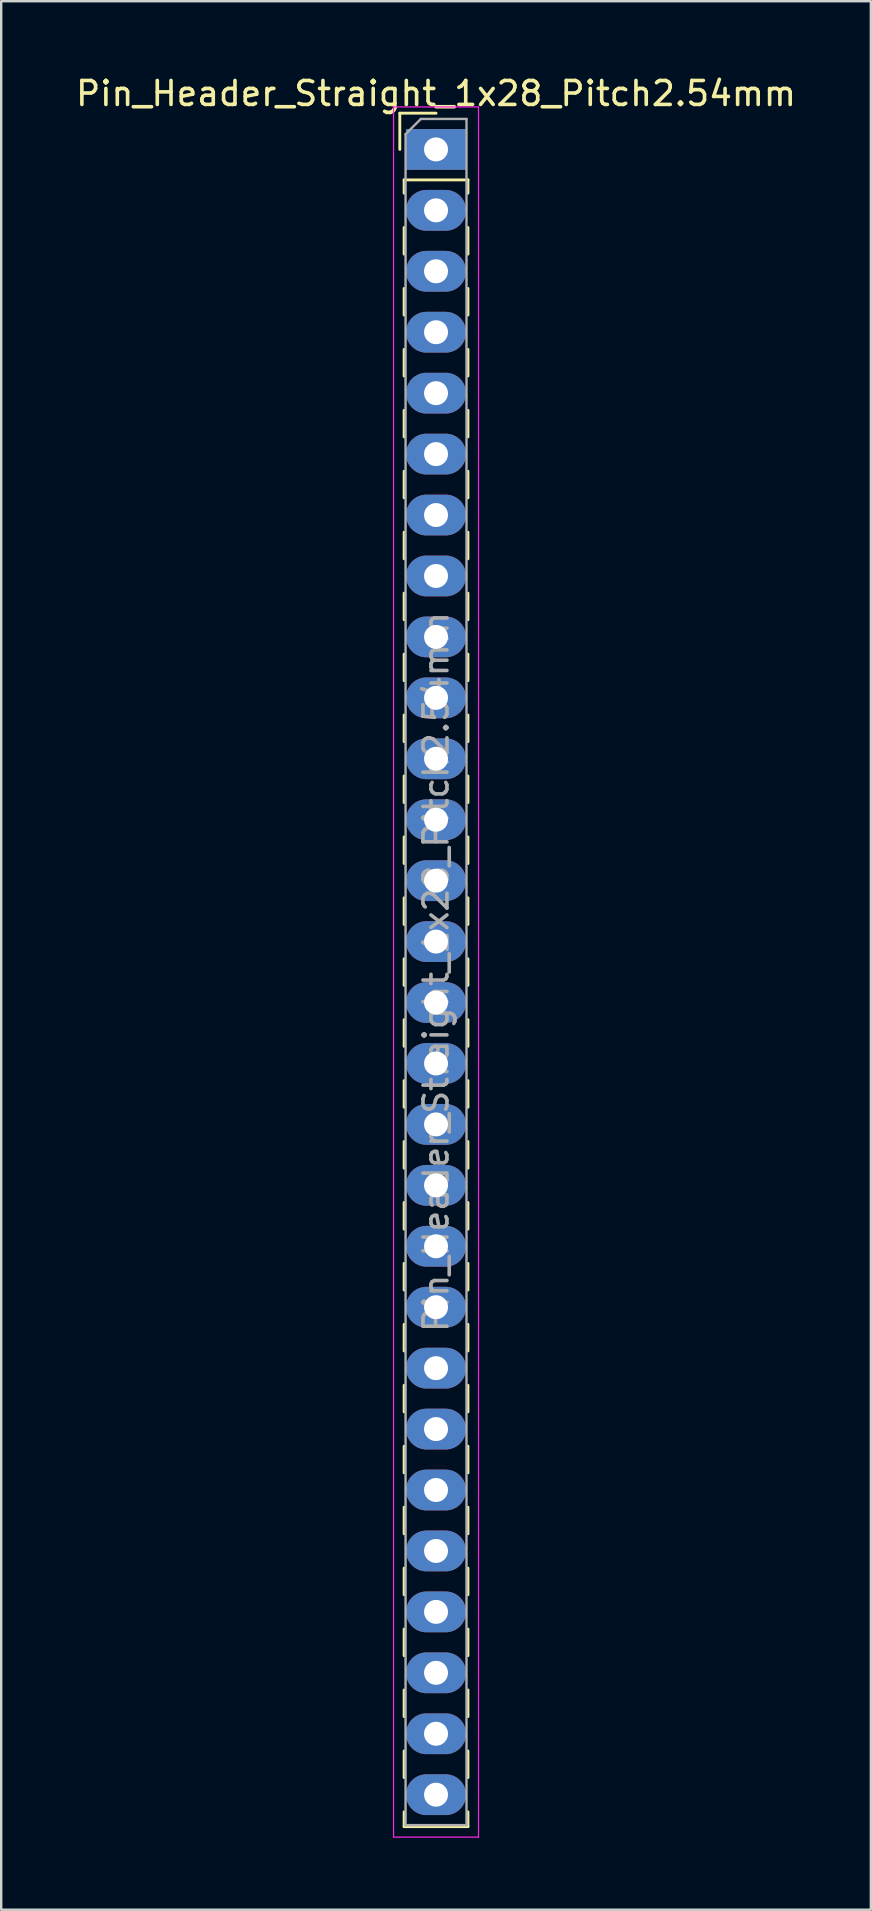
<source format=kicad_pcb>
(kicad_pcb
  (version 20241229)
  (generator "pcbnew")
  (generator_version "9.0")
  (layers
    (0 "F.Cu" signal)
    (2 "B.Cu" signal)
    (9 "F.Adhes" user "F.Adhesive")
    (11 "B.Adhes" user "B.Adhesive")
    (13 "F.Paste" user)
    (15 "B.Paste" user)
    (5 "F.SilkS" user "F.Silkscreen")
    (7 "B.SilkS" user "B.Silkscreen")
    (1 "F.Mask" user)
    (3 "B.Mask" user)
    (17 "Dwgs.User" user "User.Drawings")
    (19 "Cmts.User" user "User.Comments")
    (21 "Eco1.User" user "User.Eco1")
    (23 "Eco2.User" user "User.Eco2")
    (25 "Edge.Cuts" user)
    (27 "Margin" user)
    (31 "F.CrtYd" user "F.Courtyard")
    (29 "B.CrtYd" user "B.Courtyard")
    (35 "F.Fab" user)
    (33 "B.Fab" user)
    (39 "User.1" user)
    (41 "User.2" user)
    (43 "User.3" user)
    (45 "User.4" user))
  (footprint "Pin_Header_Straight_1x28_Pitch2.54mm"
    (layer "F.Cu")
    (at 15.125 3.178)
    (property "Reference" "Pin_Header_Straight_1x28_Pitch2.54mm" (at 0 -2.33 0) (layer "F.SilkS") (effects (font (size 1 1) (thickness 0.15))))
    (attr through_hole)
    (fp_line (start -1.51 -1.51) (end 0 -1.51) (stroke (width 0.12) (type solid)) (layer "F.SilkS"))
    (fp_line (start -1.51 0) (end -1.51 -1.51) (stroke (width 0.12) (type solid)) (layer "F.SilkS"))
    (fp_line (start -1.33 1.27) (end -1.33 1.825) (stroke (width 0.12) (type solid)) (layer "F.SilkS"))
    (fp_line (start -1.33 1.27) (end 1.33 1.27) (stroke (width 0.12) (type solid)) (layer "F.SilkS"))
    (fp_line (start -1.33 3.255) (end -1.33 4.365) (stroke (width 0.12) (type solid)) (layer "F.SilkS"))
    (fp_line (start -1.33 5.795) (end -1.33 6.905) (stroke (width 0.12) (type solid)) (layer "F.SilkS"))
    (fp_line (start -1.33 8.335) (end -1.33 9.445) (stroke (width 0.12) (type solid)) (layer "F.SilkS"))
    (fp_line (start -1.33 10.875) (end -1.33 11.985) (stroke (width 0.12) (type solid)) (layer "F.SilkS"))
    (fp_line (start -1.33 13.415) (end -1.33 14.525) (stroke (width 0.12) (type solid)) (layer "F.SilkS"))
    (fp_line (start -1.33 15.955) (end -1.33 17.065) (stroke (width 0.12) (type solid)) (layer "F.SilkS"))
    (fp_line (start -1.33 18.495) (end -1.33 19.605) (stroke (width 0.12) (type solid)) (layer "F.SilkS"))
    (fp_line (start -1.33 21.035) (end -1.33 22.145) (stroke (width 0.12) (type solid)) (layer "F.SilkS"))
    (fp_line (start -1.33 23.575) (end -1.33 24.685) (stroke (width 0.12) (type solid)) (layer "F.SilkS"))
    (fp_line (start -1.33 26.115) (end -1.33 27.225) (stroke (width 0.12) (type solid)) (layer "F.SilkS"))
    (fp_line (start -1.33 28.655) (end -1.33 29.765) (stroke (width 0.12) (type solid)) (layer "F.SilkS"))
    (fp_line (start -1.33 31.195) (end -1.33 32.305) (stroke (width 0.12) (type solid)) (layer "F.SilkS"))
    (fp_line (start -1.33 33.735) (end -1.33 34.845) (stroke (width 0.12) (type solid)) (layer "F.SilkS"))
    (fp_line (start -1.33 36.275) (end -1.33 37.385) (stroke (width 0.12) (type solid)) (layer "F.SilkS"))
    (fp_line (start -1.33 38.815) (end -1.33 39.925) (stroke (width 0.12) (type solid)) (layer "F.SilkS"))
    (fp_line (start -1.33 41.355) (end -1.33 42.465) (stroke (width 0.12) (type solid)) (layer "F.SilkS"))
    (fp_line (start -1.33 43.895) (end -1.33 45.005) (stroke (width 0.12) (type solid)) (layer "F.SilkS"))
    (fp_line (start -1.33 46.435) (end -1.33 47.545) (stroke (width 0.12) (type solid)) (layer "F.SilkS"))
    (fp_line (start -1.33 48.975) (end -1.33 50.085) (stroke (width 0.12) (type solid)) (layer "F.SilkS"))
    (fp_line (start -1.33 51.515) (end -1.33 52.625) (stroke (width 0.12) (type solid)) (layer "F.SilkS"))
    (fp_line (start -1.33 54.055) (end -1.33 55.165) (stroke (width 0.12) (type solid)) (layer "F.SilkS"))
    (fp_line (start -1.33 56.595) (end -1.33 57.705) (stroke (width 0.12) (type solid)) (layer "F.SilkS"))
    (fp_line (start -1.33 59.135) (end -1.33 60.245) (stroke (width 0.12) (type solid)) (layer "F.SilkS"))
    (fp_line (start -1.33 61.675) (end -1.33 62.785) (stroke (width 0.12) (type solid)) (layer "F.SilkS"))
    (fp_line (start -1.33 64.215) (end -1.33 65.325) (stroke (width 0.12) (type solid)) (layer "F.SilkS"))
    (fp_line (start -1.33 66.755) (end -1.33 67.865) (stroke (width 0.12) (type solid)) (layer "F.SilkS"))
    (fp_line (start -1.33 69.295) (end -1.33 69.91) (stroke (width 0.12) (type solid)) (layer "F.SilkS"))
    (fp_line (start -1.33 69.91) (end 1.33 69.91) (stroke (width 0.12) (type solid)) (layer "F.SilkS"))
    (fp_line (start 1.33 1.27) (end 1.33 1.825) (stroke (width 0.12) (type solid)) (layer "F.SilkS"))
    (fp_line (start 1.33 3.255) (end 1.33 4.365) (stroke (width 0.12) (type solid)) (layer "F.SilkS"))
    (fp_line (start 1.33 5.795) (end 1.33 6.905) (stroke (width 0.12) (type solid)) (layer "F.SilkS"))
    (fp_line (start 1.33 8.335) (end 1.33 9.445) (stroke (width 0.12) (type solid)) (layer "F.SilkS"))
    (fp_line (start 1.33 10.875) (end 1.33 11.985) (stroke (width 0.12) (type solid)) (layer "F.SilkS"))
    (fp_line (start 1.33 13.415) (end 1.33 14.525) (stroke (width 0.12) (type solid)) (layer "F.SilkS"))
    (fp_line (start 1.33 15.955) (end 1.33 17.065) (stroke (width 0.12) (type solid)) (layer "F.SilkS"))
    (fp_line (start 1.33 18.495) (end 1.33 19.605) (stroke (width 0.12) (type solid)) (layer "F.SilkS"))
    (fp_line (start 1.33 21.035) (end 1.33 22.145) (stroke (width 0.12) (type solid)) (layer "F.SilkS"))
    (fp_line (start 1.33 23.575) (end 1.33 24.685) (stroke (width 0.12) (type solid)) (layer "F.SilkS"))
    (fp_line (start 1.33 26.115) (end 1.33 27.225) (stroke (width 0.12) (type solid)) (layer "F.SilkS"))
    (fp_line (start 1.33 28.655) (end 1.33 29.765) (stroke (width 0.12) (type solid)) (layer "F.SilkS"))
    (fp_line (start 1.33 31.195) (end 1.33 32.305) (stroke (width 0.12) (type solid)) (layer "F.SilkS"))
    (fp_line (start 1.33 33.735) (end 1.33 34.845) (stroke (width 0.12) (type solid)) (layer "F.SilkS"))
    (fp_line (start 1.33 36.275) (end 1.33 37.385) (stroke (width 0.12) (type solid)) (layer "F.SilkS"))
    (fp_line (start 1.33 38.815) (end 1.33 39.925) (stroke (width 0.12) (type solid)) (layer "F.SilkS"))
    (fp_line (start 1.33 41.355) (end 1.33 42.465) (stroke (width 0.12) (type solid)) (layer "F.SilkS"))
    (fp_line (start 1.33 43.895) (end 1.33 45.005) (stroke (width 0.12) (type solid)) (layer "F.SilkS"))
    (fp_line (start 1.33 46.435) (end 1.33 47.545) (stroke (width 0.12) (type solid)) (layer "F.SilkS"))
    (fp_line (start 1.33 48.975) (end 1.33 50.085) (stroke (width 0.12) (type solid)) (layer "F.SilkS"))
    (fp_line (start 1.33 51.515) (end 1.33 52.625) (stroke (width 0.12) (type solid)) (layer "F.SilkS"))
    (fp_line (start 1.33 54.055) (end 1.33 55.165) (stroke (width 0.12) (type solid)) (layer "F.SilkS"))
    (fp_line (start 1.33 56.595) (end 1.33 57.705) (stroke (width 0.12) (type solid)) (layer "F.SilkS"))
    (fp_line (start 1.33 59.135) (end 1.33 60.245) (stroke (width 0.12) (type solid)) (layer "F.SilkS"))
    (fp_line (start 1.33 61.675) (end 1.33 62.785) (stroke (width 0.12) (type solid)) (layer "F.SilkS"))
    (fp_line (start 1.33 64.215) (end 1.33 65.325) (stroke (width 0.12) (type solid)) (layer "F.SilkS"))
    (fp_line (start 1.33 66.755) (end 1.33 67.865) (stroke (width 0.12) (type solid)) (layer "F.SilkS"))
    (fp_line (start 1.33 69.295) (end 1.33 69.91) (stroke (width 0.12) (type solid)) (layer "F.SilkS"))
    (fp_line (start -1.77 -1.77) (end -1.77 70.35) (stroke (width 0.05) (type solid)) (layer "F.CrtYd"))
    (fp_line (start -1.77 70.35) (end 1.77 70.35) (stroke (width 0.05) (type solid)) (layer "F.CrtYd"))
    (fp_line (start 1.77 -1.77) (end -1.77 -1.77) (stroke (width 0.05) (type solid)) (layer "F.CrtYd"))
    (fp_line (start 1.77 70.35) (end 1.77 -1.77) (stroke (width 0.05) (type solid)) (layer "F.CrtYd"))
    (fp_line (start -1.27 -0.635) (end -0.635 -1.27) (stroke (width 0.1) (type solid)) (layer "F.Fab"))
    (fp_line (start -1.27 69.85) (end -1.27 -0.635) (stroke (width 0.1) (type solid)) (layer "F.Fab"))
    (fp_line (start -0.635 -1.27) (end 1.27 -1.27) (stroke (width 0.1) (type solid)) (layer "F.Fab"))
    (fp_line (start 1.27 -1.27) (end 1.27 69.85) (stroke (width 0.1) (type solid)) (layer "F.Fab"))
    (fp_line (start 1.27 69.85) (end -1.27 69.85) (stroke (width 0.1) (type solid)) (layer "F.Fab"))
    (fp_text user "${REFERENCE}" (at 0 34.29 90) (layer "F.Fab") (effects (font (size 1 1) (thickness 0.15))))
    (pad "1" thru_hole rect (at 0 0) (size 2.5 1.7) (drill 1) (layers "*.Cu" "*.Mask"))
    (pad "2" thru_hole oval (at 0 2.54) (size 2.5 1.7) (drill 1) (layers "*.Cu" "*.Mask"))
    (pad "3" thru_hole oval (at 0 5.08) (size 2.5 1.7) (drill 1) (layers "*.Cu" "*.Mask"))
    (pad "4" thru_hole oval (at 0 7.62) (size 2.5 1.7) (drill 1) (layers "*.Cu" "*.Mask"))
    (pad "5" thru_hole oval (at 0 10.16) (size 2.5 1.7) (drill 1) (layers "*.Cu" "*.Mask"))
    (pad "6" thru_hole oval (at 0 12.7) (size 2.5 1.7) (drill 1) (layers "*.Cu" "*.Mask"))
    (pad "7" thru_hole oval (at 0 15.24) (size 2.5 1.7) (drill 1) (layers "*.Cu" "*.Mask"))
    (pad "8" thru_hole oval (at 0 17.78) (size 2.5 1.7) (drill 1) (layers "*.Cu" "*.Mask"))
    (pad "9" thru_hole oval (at 0 20.32) (size 2.5 1.7) (drill 1) (layers "*.Cu" "*.Mask"))
    (pad "10" thru_hole oval (at 0 22.86) (size 2.5 1.7) (drill 1) (layers "*.Cu" "*.Mask"))
    (pad "11" thru_hole oval (at 0 25.4) (size 2.5 1.7) (drill 1) (layers "*.Cu" "*.Mask"))
    (pad "12" thru_hole oval (at 0 27.94) (size 2.5 1.7) (drill 1) (layers "*.Cu" "*.Mask"))
    (pad "13" thru_hole oval (at 0 30.48) (size 2.5 1.7) (drill 1) (layers "*.Cu" "*.Mask"))
    (pad "14" thru_hole oval (at 0 33.02) (size 2.5 1.7) (drill 1) (layers "*.Cu" "*.Mask"))
    (pad "15" thru_hole oval (at 0 35.56) (size 2.5 1.7) (drill 1) (layers "*.Cu" "*.Mask"))
    (pad "16" thru_hole oval (at 0 38.1) (size 2.5 1.7) (drill 1) (layers "*.Cu" "*.Mask"))
    (pad "17" thru_hole oval (at 0 40.64) (size 2.5 1.7) (drill 1) (layers "*.Cu" "*.Mask"))
    (pad "18" thru_hole oval (at 0 43.18) (size 2.5 1.7) (drill 1) (layers "*.Cu" "*.Mask"))
    (pad "19" thru_hole oval (at 0 45.72) (size 2.5 1.7) (drill 1) (layers "*.Cu" "*.Mask"))
    (pad "20" thru_hole oval (at 0 48.26) (size 2.5 1.7) (drill 1) (layers "*.Cu" "*.Mask"))
    (pad "21" thru_hole oval (at 0 50.8) (size 2.5 1.7) (drill 1) (layers "*.Cu" "*.Mask"))
    (pad "22" thru_hole oval (at 0 53.34) (size 2.5 1.7) (drill 1) (layers "*.Cu" "*.Mask"))
    (pad "23" thru_hole oval (at 0 55.88) (size 2.5 1.7) (drill 1) (layers "*.Cu" "*.Mask"))
    (pad "24" thru_hole oval (at 0 58.42) (size 2.5 1.7) (drill 1) (layers "*.Cu" "*.Mask"))
    (pad "25" thru_hole oval (at 0 60.96) (size 2.5 1.7) (drill 1) (layers "*.Cu" "*.Mask"))
    (pad "26" thru_hole oval (at 0 63.5) (size 2.5 1.7) (drill 1) (layers "*.Cu" "*.Mask"))
    (pad "27" thru_hole oval (at 0 66.04) (size 2.5 1.7) (drill 1) (layers "*.Cu" "*.Mask"))
    (pad "28" thru_hole oval (at 0 68.58) (size 2.5 1.7) (drill 1) (layers "*.Cu" "*.Mask")))
  (gr_rect
    (start -3 -3)
    (end 33.25 76.553)
    (stroke (width 0.1) (type default))
    (fill no)
    (layer "Edge.Cuts")))
</source>
